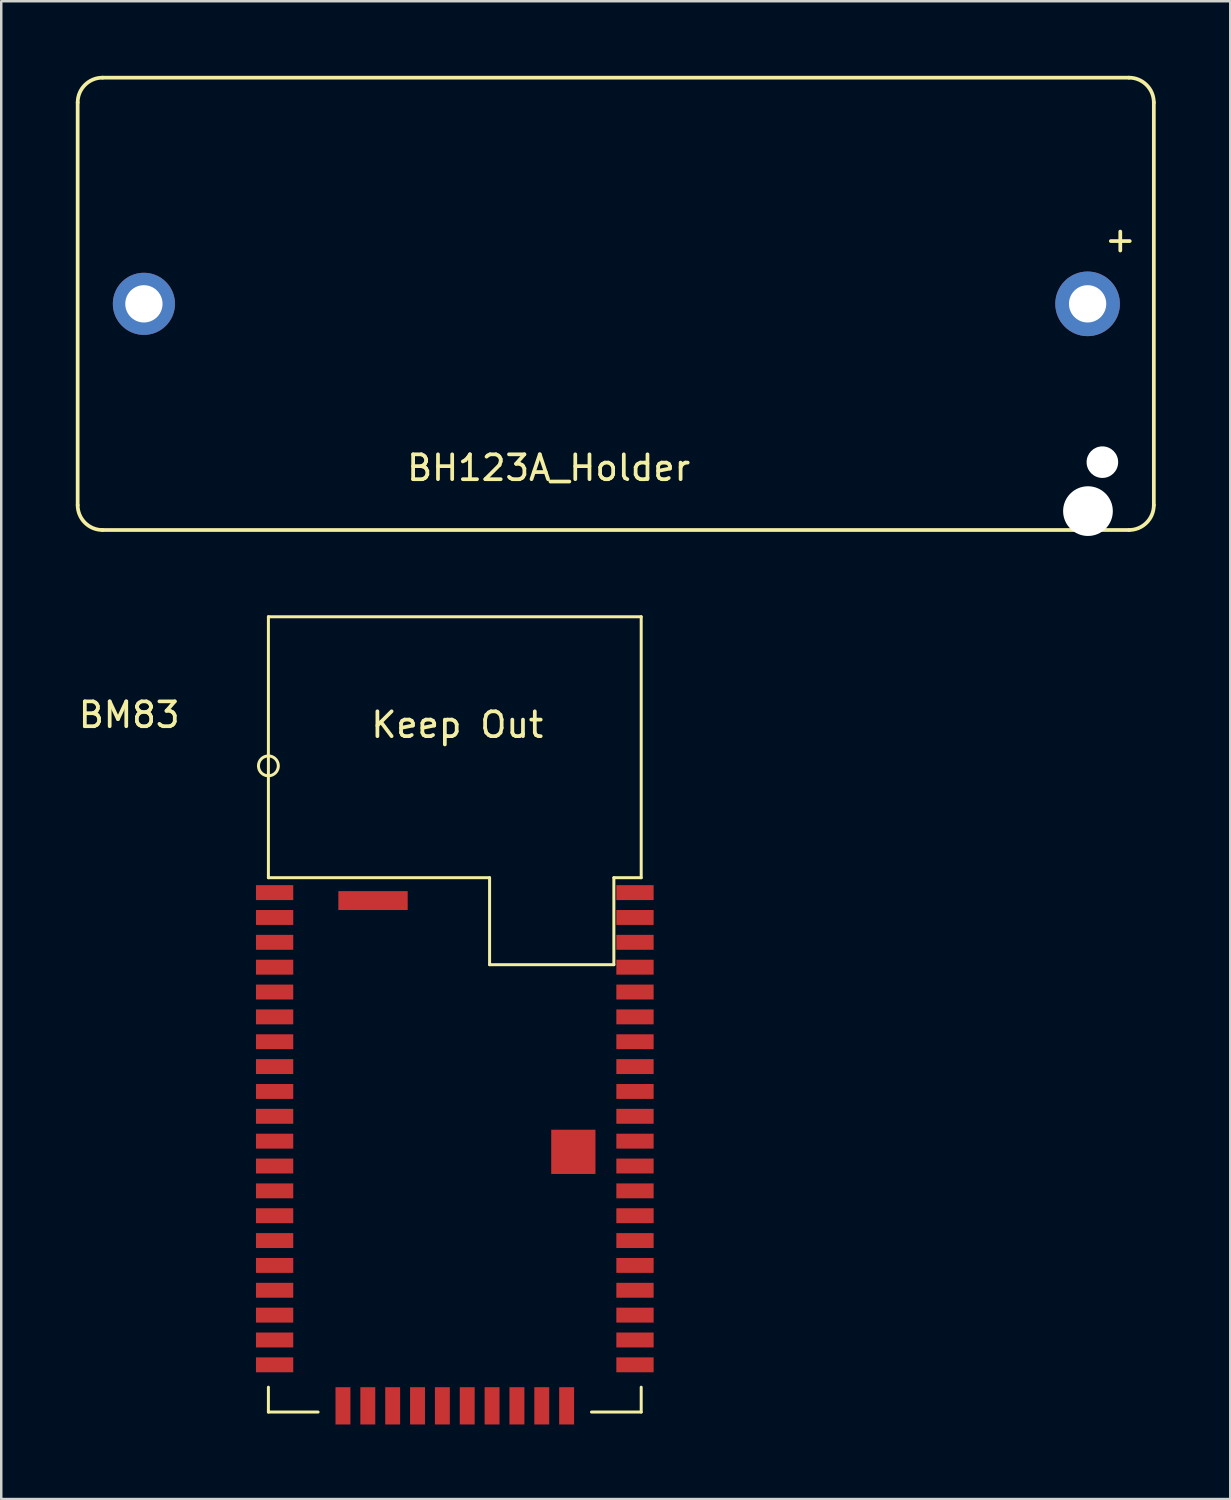
<source format=kicad_pcb>
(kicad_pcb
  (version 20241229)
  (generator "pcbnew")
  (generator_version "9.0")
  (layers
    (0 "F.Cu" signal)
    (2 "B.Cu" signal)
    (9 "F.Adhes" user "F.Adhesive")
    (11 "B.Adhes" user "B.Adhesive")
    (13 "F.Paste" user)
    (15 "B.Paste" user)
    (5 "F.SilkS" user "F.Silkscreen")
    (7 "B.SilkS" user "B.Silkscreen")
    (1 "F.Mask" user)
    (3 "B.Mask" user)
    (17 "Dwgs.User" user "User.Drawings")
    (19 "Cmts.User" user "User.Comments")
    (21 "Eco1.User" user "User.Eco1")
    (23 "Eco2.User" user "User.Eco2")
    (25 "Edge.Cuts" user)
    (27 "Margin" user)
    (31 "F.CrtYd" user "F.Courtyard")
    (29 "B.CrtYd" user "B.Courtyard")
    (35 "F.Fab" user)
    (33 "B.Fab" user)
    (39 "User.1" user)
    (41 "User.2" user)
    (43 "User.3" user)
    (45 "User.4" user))
  (footprint "BM83"
    (layer "F.Cu")
    (at 7.749 21.765)
    (property "Reference" "BM83" (at -5.6 3.95 0) (layer "F.SilkS") (effects (font (size 1 1) (thickness 0.15))))
    (attr through_hole)
    (fp_line (start 0 0) (end 0 10.5) (stroke (width 0.12) (type solid)) (layer "F.SilkS"))
    (fp_line (start 0 0) (end 15 0) (stroke (width 0.12) (type solid)) (layer "F.SilkS"))
    (fp_line (start 0 10.5) (end 8.9 10.5) (stroke (width 0.12) (type solid)) (layer "F.SilkS"))
    (fp_line (start 0 32) (end 0 31) (stroke (width 0.12) (type solid)) (layer "F.SilkS"))
    (fp_line (start 0 32) (end 2 32) (stroke (width 0.12) (type solid)) (layer "F.SilkS"))
    (fp_line (start 8.9 10.5) (end 8.9 14) (stroke (width 0.12) (type solid)) (layer "F.SilkS"))
    (fp_line (start 8.9 14) (end 13.9 14) (stroke (width 0.12) (type solid)) (layer "F.SilkS"))
    (fp_line (start 13.9 10.5) (end 15 10.5) (stroke (width 0.12) (type solid)) (layer "F.SilkS"))
    (fp_line (start 13.9 14) (end 13.9 10.5) (stroke (width 0.12) (type solid)) (layer "F.SilkS"))
    (fp_line (start 15 0) (end 15 10.5) (stroke (width 0.12) (type solid)) (layer "F.SilkS"))
    (fp_line (start 15 32) (end 13 32) (stroke (width 0.12) (type solid)) (layer "F.SilkS"))
    (fp_line (start 15 32) (end 15 31) (stroke (width 0.12) (type solid)) (layer "F.SilkS"))
    (fp_circle (center 0 6) (end 0.4 6) (stroke (width 0.12) (type solid)) (fill no) (layer "F.SilkS"))
    (fp_text user "Keep Out" (at 7.6 4.35 0) (layer "F.SilkS") (effects (font (size 1 1) (thickness 0.15))))
    (pad "1" smd rect (at 0.25 11.1 180) (size 1.5 0.6) (layers "F.Cu" "F.Mask" "F.Paste"))
    (pad "2" smd rect (at 0.25 12.1 180) (size 1.5 0.6) (layers "F.Cu" "F.Mask" "F.Paste"))
    (pad "3" smd rect (at 0.25 13.1 180) (size 1.5 0.6) (layers "F.Cu" "F.Mask" "F.Paste"))
    (pad "4" smd rect (at 0.25 14.1 180) (size 1.5 0.6) (layers "F.Cu" "F.Mask" "F.Paste"))
    (pad "5" smd rect (at 0.25 15.1 180) (size 1.5 0.6) (layers "F.Cu" "F.Mask" "F.Paste"))
    (pad "6" smd rect (at 0.25 16.1 180) (size 1.5 0.6) (layers "F.Cu" "F.Mask" "F.Paste"))
    (pad "7" smd rect (at 0.25 17.1 180) (size 1.5 0.6) (layers "F.Cu" "F.Mask" "F.Paste"))
    (pad "8" smd rect (at 0.25 18.1 180) (size 1.5 0.6) (layers "F.Cu" "F.Mask" "F.Paste"))
    (pad "9" smd rect (at 0.25 19.1 180) (size 1.5 0.6) (layers "F.Cu" "F.Mask" "F.Paste"))
    (pad "10" smd rect (at 0.25 20.1 180) (size 1.5 0.6) (layers "F.Cu" "F.Mask" "F.Paste"))
    (pad "11" smd rect (at 0.25 21.1 180) (size 1.5 0.6) (layers "F.Cu" "F.Mask" "F.Paste"))
    (pad "12" smd rect (at 0.25 22.1 180) (size 1.5 0.6) (layers "F.Cu" "F.Mask" "F.Paste"))
    (pad "13" smd rect (at 0.25 23.1 180) (size 1.5 0.6) (layers "F.Cu" "F.Mask" "F.Paste"))
    (pad "14" smd rect (at 0.25 24.1 180) (size 1.5 0.6) (layers "F.Cu" "F.Mask" "F.Paste"))
    (pad "15" smd rect (at 0.25 25.1 180) (size 1.5 0.6) (layers "F.Cu" "F.Mask" "F.Paste"))
    (pad "16" smd rect (at 0.25 26.1 180) (size 1.5 0.6) (layers "F.Cu" "F.Mask" "F.Paste"))
    (pad "17" smd rect (at 0.25 27.1 180) (size 1.5 0.6) (layers "F.Cu" "F.Mask" "F.Paste"))
    (pad "18" smd rect (at 0.25 28.1 180) (size 1.5 0.6) (layers "F.Cu" "F.Mask" "F.Paste"))
    (pad "19" smd rect (at 0.25 29.1 180) (size 1.5 0.6) (layers "F.Cu" "F.Mask" "F.Paste"))
    (pad "20" smd rect (at 0.25 30.1 180) (size 1.5 0.6) (layers "F.Cu" "F.Mask" "F.Paste"))
    (pad "21" smd rect (at 3 31.75 270) (size 1.5 0.6) (layers "F.Cu" "F.Mask" "F.Paste"))
    (pad "22" smd rect (at 4 31.75 270) (size 1.5 0.6) (layers "F.Cu" "F.Mask" "F.Paste"))
    (pad "23" smd rect (at 5 31.75 270) (size 1.5 0.6) (layers "F.Cu" "F.Mask" "F.Paste"))
    (pad "24" smd rect (at 6 31.75 270) (size 1.5 0.6) (layers "F.Cu" "F.Mask" "F.Paste"))
    (pad "25" smd rect (at 7 31.75 270) (size 1.5 0.6) (layers "F.Cu" "F.Mask" "F.Paste"))
    (pad "26" smd rect (at 8 31.75 270) (size 1.5 0.6) (layers "F.Cu" "F.Mask" "F.Paste"))
    (pad "27" smd rect (at 9 31.75 270) (size 1.5 0.6) (layers "F.Cu" "F.Mask" "F.Paste"))
    (pad "28" smd rect (at 10 31.75 270) (size 1.5 0.6) (layers "F.Cu" "F.Mask" "F.Paste"))
    (pad "29" smd rect (at 11 31.75 270) (size 1.5 0.6) (layers "F.Cu" "F.Mask" "F.Paste"))
    (pad "30" smd rect (at 12 31.75 270) (size 1.5 0.6) (layers "F.Cu" "F.Mask" "F.Paste"))
    (pad "31" smd rect (at 14.75 30.1) (size 1.5 0.6) (layers "F.Cu" "F.Mask" "F.Paste"))
    (pad "32" smd rect (at 14.75 29.1) (size 1.5 0.6) (layers "F.Cu" "F.Mask" "F.Paste"))
    (pad "33" smd rect (at 14.75 28.1) (size 1.5 0.6) (layers "F.Cu" "F.Mask" "F.Paste"))
    (pad "34" smd rect (at 14.75 27.1) (size 1.5 0.6) (layers "F.Cu" "F.Mask" "F.Paste"))
    (pad "35" smd rect (at 14.75 26.1) (size 1.5 0.6) (layers "F.Cu" "F.Mask" "F.Paste"))
    (pad "36" smd rect (at 14.75 25.1) (size 1.5 0.6) (layers "F.Cu" "F.Mask" "F.Paste"))
    (pad "37" smd rect (at 14.75 24.1) (size 1.5 0.6) (layers "F.Cu" "F.Mask" "F.Paste"))
    (pad "38" smd rect (at 14.75 23.1) (size 1.5 0.6) (layers "F.Cu" "F.Mask" "F.Paste"))
    (pad "39" smd rect (at 14.75 22.1) (size 1.5 0.6) (layers "F.Cu" "F.Mask" "F.Paste"))
    (pad "40" smd rect (at 14.75 21.1) (size 1.5 0.6) (layers "F.Cu" "F.Mask" "F.Paste"))
    (pad "41" smd rect (at 14.75 20.1) (size 1.5 0.6) (layers "F.Cu" "F.Mask" "F.Paste"))
    (pad "42" smd rect (at 14.75 19.1) (size 1.5 0.6) (layers "F.Cu" "F.Mask" "F.Paste"))
    (pad "43" smd rect (at 14.75 18.1) (size 1.5 0.6) (layers "F.Cu" "F.Mask" "F.Paste"))
    (pad "44" smd rect (at 14.75 17.1) (size 1.5 0.6) (layers "F.Cu" "F.Mask" "F.Paste"))
    (pad "45" smd rect (at 14.75 16.1) (size 1.5 0.6) (layers "F.Cu" "F.Mask" "F.Paste"))
    (pad "46" smd rect (at 14.75 15.1) (size 1.5 0.6) (layers "F.Cu" "F.Mask" "F.Paste"))
    (pad "47" smd rect (at 14.75 14.1) (size 1.5 0.6) (layers "F.Cu" "F.Mask" "F.Paste"))
    (pad "48" smd rect (at 14.75 13.1) (size 1.5 0.6) (layers "F.Cu" "F.Mask" "F.Paste"))
    (pad "49" smd rect (at 14.75 12.1) (size 1.5 0.6) (layers "F.Cu" "F.Mask" "F.Paste"))
    (pad "50" smd rect (at 4.21 11.42) (size 2.79 0.76) (layers "F.Cu" "F.Mask" "F.Paste"))
    (pad "50" smd rect (at 12.27 21.53 270) (size 1.78 1.78) (layers "F.Cu" "F.Mask" "F.Paste"))
    (pad "50" smd rect (at 14.75 11.1) (size 1.5 0.6) (layers "F.Cu" "F.Mask" "F.Paste")))
  (footprint "BH123A_Holder"
    (layer "F.Cu")
    (at 21.725 9.175)
    (property "Reference" "BH123A_Holder" (at -2.7 6.6 0) (layer "F.SilkS") (effects (font (size 1 1) (thickness 0.15))))
    (attr through_hole)
    (fp_line (start -21.65 8.1) (end -21.65 -8.1) (stroke (width 0.15) (type solid)) (layer "F.SilkS"))
    (fp_line (start -20.65 -9.1) (end 20.65 -9.1) (stroke (width 0.15) (type solid)) (layer "F.SilkS"))
    (fp_line (start 20.65 9.1) (end -20.65 9.1) (stroke (width 0.15) (type solid)) (layer "F.SilkS"))
    (fp_line (start 21.65 -8.1) (end 21.65 8.1) (stroke (width 0.15) (type solid)) (layer "F.SilkS"))
    (fp_arc (start -21.65 -8.1) (mid -21.357106 -8.807106) (end -20.65 -9.1) (stroke (width 0.15) (type solid)) (layer "F.SilkS"))
    (fp_arc (start -20.65 9.1) (mid -21.357106 8.807106) (end -21.65 8.1) (stroke (width 0.15) (type solid)) (layer "F.SilkS"))
    (fp_arc (start 20.65 -9.1) (mid 21.357106 -8.807107) (end 21.65 -8.1) (stroke (width 0.15) (type solid)) (layer "F.SilkS"))
    (fp_arc (start 21.65 8.1) (mid 21.357107 8.807106) (end 20.65 9.1) (stroke (width 0.15) (type solid)) (layer "F.SilkS"))
    (fp_text user "+" (at 20.3 -2.6 0) (layer "F.SilkS") (effects (font (size 1 1) (thickness 0.15))))
    (pad "" np_thru_hole circle (at 19 8.34) (size 2 2) (drill 2) (layers "*.Cu" "*.Mask"))
    (pad "" np_thru_hole circle (at 19.58 6.37) (size 1.27 1.27) (drill 1.27) (layers "*.Cu" "*.Mask"))
    (pad "1" thru_hole circle (at 18.985 0) (size 2.6 2.6) (drill 1.5) (layers "*.Cu" "*.Mask"))
    (pad "2" thru_hole circle (at -18.985 0) (size 2.5 2.5) (drill 1.5) (layers "*.Cu" "*.Mask")))
  (gr_rect
    (start -3 -3)
    (end 46.45 57.265)
    (stroke (width 0.1) (type default))
    (fill no)
    (layer "Edge.Cuts")))
</source>
